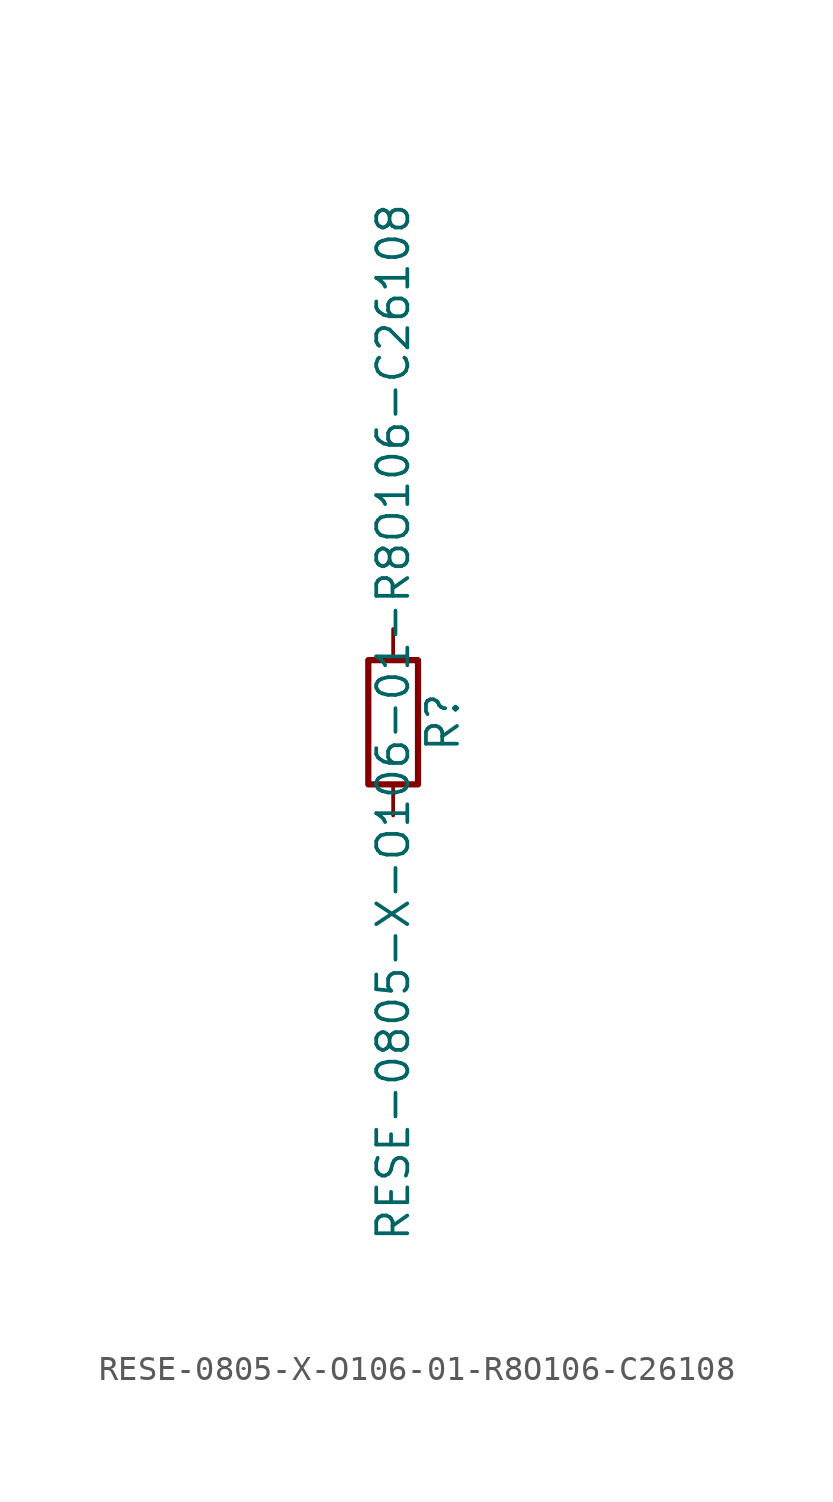
<source format=kicad_sym>
(kicad_symbol_lib
  (version 20211014)
  (generator kicad_symbol_editor)
  (symbol "RESE-0805-X-O106-01-R8O106-C26108"
    (pin_numbers hide)
    (pin_names
      (offset 0))
    (property "Reference" "R"
      (at 2.032 0 90)
      (effects (font (size 1.27 1.27))))
    (property "Value" "RESE-0805-X-O106-01-R8O106-C26108"
      (at 0 0 90)
      (effects (font (size 1.27 1.27))))
    (symbol "RESE-0805-X-O106-01-R8O106-C26108_0_1"
      (rectangle (start -1.016 -2.54) (end 1.016 2.54) (stroke (width 0.254) (type default) (color 0 0 0 0)) (fill (type none))))
    (symbol "RESE-0805-X-O106-01-R8O106-C26108_1_1"
      (pin passive line (at 0 3.81 270) (length 1.27) (name "~" (effects (font (size 1.27 1.27)))) (number "1" (effects (font (size 1.27 1.27)))))
      (pin passive line (at 0 -3.81 90) (length 1.27) (name "~" (effects (font (size 1.27 1.27)))) (number "2" (effects (font (size 1.27 1.27))))))))
</source>
